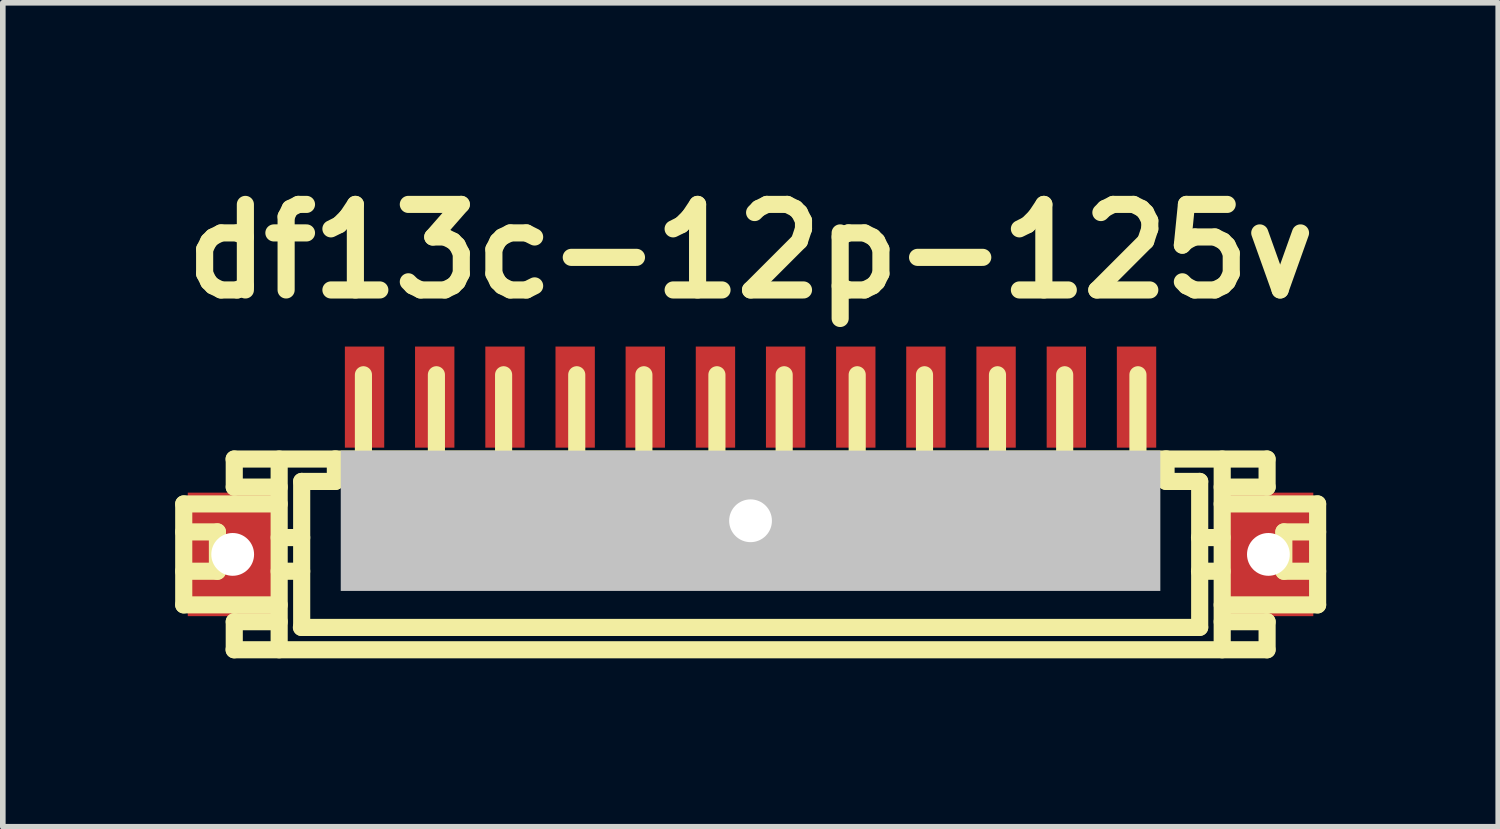
<source format=kicad_pcb>
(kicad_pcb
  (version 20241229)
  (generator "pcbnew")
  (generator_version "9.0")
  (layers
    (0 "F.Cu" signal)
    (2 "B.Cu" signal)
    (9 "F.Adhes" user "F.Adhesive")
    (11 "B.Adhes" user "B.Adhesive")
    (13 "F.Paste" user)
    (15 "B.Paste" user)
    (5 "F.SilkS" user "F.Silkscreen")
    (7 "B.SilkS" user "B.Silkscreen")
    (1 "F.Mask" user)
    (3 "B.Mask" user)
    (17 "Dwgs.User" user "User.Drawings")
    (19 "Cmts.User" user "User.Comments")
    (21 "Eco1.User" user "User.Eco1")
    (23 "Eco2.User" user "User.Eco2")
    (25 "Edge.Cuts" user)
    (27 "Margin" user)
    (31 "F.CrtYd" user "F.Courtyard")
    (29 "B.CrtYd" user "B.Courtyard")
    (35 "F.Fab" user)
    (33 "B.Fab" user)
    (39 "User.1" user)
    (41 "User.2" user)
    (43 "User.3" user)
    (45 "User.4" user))
  (footprint "df13c-12p-125v"
    (layer "F.Cu")
    (at 10.32 6.026)
    (property "Reference" "df13c-12p-125v" (at 0 -4.6 0) (layer "F.SilkS") (effects (font (size 1.524 1.524) (thickness 0.305))))
    (attr through_hole)
    (fp_line (start -10.097 -0.099) (end -8.397 -0.099) (stroke (width 0.305) (type solid)) (layer "F.SilkS"))
    (fp_line (start -10.097 0.399) (end -9.497 0.399) (stroke (width 0.305) (type solid)) (layer "F.SilkS"))
    (fp_line (start -10.097 1.699) (end -10.097 -0.099) (stroke (width 0.305) (type solid)) (layer "F.SilkS"))
    (fp_line (start -10.097 1.699) (end -8.397 1.699) (stroke (width 0.305) (type solid)) (layer "F.SilkS"))
    (fp_line (start -9.497 0.399) (end -9.497 1.1) (stroke (width 0.305) (type solid)) (layer "F.SilkS"))
    (fp_line (start -9.497 1.1) (end -10.097 1.1) (stroke (width 0.305) (type solid)) (layer "F.SilkS"))
    (fp_line (start -9.197 -0.399) (end -9.197 -0.899) (stroke (width 0.305) (type solid)) (layer "F.SilkS"))
    (fp_line (start -9.197 2.499) (end -9.197 1.999) (stroke (width 0.305) (type solid)) (layer "F.SilkS"))
    (fp_line (start -8.397 -0.899) (end -8.397 2.499) (stroke (width 0.305) (type solid)) (layer "F.SilkS"))
    (fp_line (start -8.397 -0.399) (end -9.197 -0.399) (stroke (width 0.305) (type solid)) (layer "F.SilkS"))
    (fp_line (start -8.397 0.5) (end -7.996 0.5) (stroke (width 0.305) (type solid)) (layer "F.SilkS"))
    (fp_line (start -8.397 1.1) (end -7.996 1.1) (stroke (width 0.305) (type solid)) (layer "F.SilkS"))
    (fp_line (start -8.397 1.999) (end -9.197 1.999) (stroke (width 0.305) (type solid)) (layer "F.SilkS"))
    (fp_line (start -8.001 2.101) (end 8.001 2.101) (stroke (width 0.305) (type solid)) (layer "F.SilkS"))
    (fp_line (start -7.996 -0.5) (end -7.396 -0.5) (stroke (width 0.305) (type solid)) (layer "F.SilkS"))
    (fp_line (start -7.996 2.101) (end -7.996 -0.5) (stroke (width 0.305) (type solid)) (layer "F.SilkS"))
    (fp_line (start -7.396 -0.902) (end -7.396 -0.5) (stroke (width 0.305) (type solid)) (layer "F.SilkS"))
    (fp_line (start -6.998 0.998) (end -6.998 1.199) (stroke (width 0.305) (type solid)) (layer "F.SilkS"))
    (fp_line (start -6.998 1.199) (end -6.797 1.199) (stroke (width 0.305) (type solid)) (layer "F.SilkS"))
    (fp_line (start -6.896 -0.902) (end -6.896 -2.4) (stroke (width 0.305) (type solid)) (layer "F.SilkS"))
    (fp_line (start -6.797 0.998) (end -6.998 0.998) (stroke (width 0.305) (type solid)) (layer "F.SilkS"))
    (fp_line (start -6.797 1.199) (end -6.797 0.998) (stroke (width 0.305) (type solid)) (layer "F.SilkS"))
    (fp_line (start -5.702 1.001) (end -5.504 1.001) (stroke (width 0.305) (type solid)) (layer "F.SilkS"))
    (fp_line (start -5.702 1.199) (end -5.702 1.001) (stroke (width 0.305) (type solid)) (layer "F.SilkS"))
    (fp_line (start -5.596 -0.899) (end -5.596 -2.4) (stroke (width 0.305) (type solid)) (layer "F.SilkS"))
    (fp_line (start -5.504 1.001) (end -5.504 1.199) (stroke (width 0.305) (type solid)) (layer "F.SilkS"))
    (fp_line (start -5.504 1.199) (end -5.702 1.199) (stroke (width 0.305) (type solid)) (layer "F.SilkS"))
    (fp_line (start -4.498 1.001) (end -4.3 1.001) (stroke (width 0.305) (type solid)) (layer "F.SilkS"))
    (fp_line (start -4.498 1.199) (end -4.498 1.001) (stroke (width 0.305) (type solid)) (layer "F.SilkS"))
    (fp_line (start -4.399 -2.4) (end -4.399 -0.899) (stroke (width 0.305) (type solid)) (layer "F.SilkS"))
    (fp_line (start -4.3 1.001) (end -4.3 1.199) (stroke (width 0.305) (type solid)) (layer "F.SilkS"))
    (fp_line (start -4.3 1.199) (end -4.498 1.199) (stroke (width 0.305) (type solid)) (layer "F.SilkS"))
    (fp_line (start -3.2 1.001) (end -3.002 1.001) (stroke (width 0.305) (type solid)) (layer "F.SilkS"))
    (fp_line (start -3.2 1.199) (end -3.2 1.001) (stroke (width 0.305) (type solid)) (layer "F.SilkS"))
    (fp_line (start -3.096 -0.899) (end -3.096 -2.4) (stroke (width 0.305) (type solid)) (layer "F.SilkS"))
    (fp_line (start -3.002 1.001) (end -3.002 1.199) (stroke (width 0.305) (type solid)) (layer "F.SilkS"))
    (fp_line (start -3.002 1.199) (end -3.2 1.199) (stroke (width 0.305) (type solid)) (layer "F.SilkS"))
    (fp_line (start -1.999 1.001) (end -1.801 1.001) (stroke (width 0.305) (type solid)) (layer "F.SilkS"))
    (fp_line (start -1.999 1.199) (end -1.999 1.001) (stroke (width 0.305) (type solid)) (layer "F.SilkS"))
    (fp_line (start -1.9 -0.899) (end -1.9 -2.4) (stroke (width 0.305) (type solid)) (layer "F.SilkS"))
    (fp_line (start -1.801 1.001) (end -1.801 1.199) (stroke (width 0.305) (type solid)) (layer "F.SilkS"))
    (fp_line (start -1.801 1.199) (end -1.999 1.199) (stroke (width 0.305) (type solid)) (layer "F.SilkS"))
    (fp_line (start -0.701 1.001) (end -0.503 1.001) (stroke (width 0.305) (type solid)) (layer "F.SilkS"))
    (fp_line (start -0.701 1.199) (end -0.701 1.001) (stroke (width 0.305) (type solid)) (layer "F.SilkS"))
    (fp_line (start -0.599 -2.4) (end -0.599 -0.899) (stroke (width 0.305) (type solid)) (layer "F.SilkS"))
    (fp_line (start -0.503 1.001) (end -0.503 1.199) (stroke (width 0.305) (type solid)) (layer "F.SilkS"))
    (fp_line (start -0.503 1.199) (end -0.701 1.199) (stroke (width 0.305) (type solid)) (layer "F.SilkS"))
    (fp_line (start 0.5 1.001) (end 0.701 1.001) (stroke (width 0.305) (type solid)) (layer "F.SilkS"))
    (fp_line (start 0.5 1.199) (end 0.5 1.001) (stroke (width 0.305) (type solid)) (layer "F.SilkS"))
    (fp_line (start 0.599 -0.899) (end 0.599 -2.4) (stroke (width 0.305) (type solid)) (layer "F.SilkS"))
    (fp_line (start 0.701 1.001) (end 0.701 1.199) (stroke (width 0.305) (type solid)) (layer "F.SilkS"))
    (fp_line (start 0.701 1.199) (end 0.5 1.199) (stroke (width 0.305) (type solid)) (layer "F.SilkS"))
    (fp_line (start 1.803 1.001) (end 2.002 1.001) (stroke (width 0.305) (type solid)) (layer "F.SilkS"))
    (fp_line (start 1.803 1.199) (end 1.803 1.001) (stroke (width 0.305) (type solid)) (layer "F.SilkS"))
    (fp_line (start 1.9 -2.4) (end 1.9 -0.899) (stroke (width 0.305) (type solid)) (layer "F.SilkS"))
    (fp_line (start 2.002 1.001) (end 2.002 1.199) (stroke (width 0.305) (type solid)) (layer "F.SilkS"))
    (fp_line (start 2.002 1.199) (end 1.803 1.199) (stroke (width 0.305) (type solid)) (layer "F.SilkS"))
    (fp_line (start 3 1.001) (end 3.2 1.001) (stroke (width 0.305) (type solid)) (layer "F.SilkS"))
    (fp_line (start 3 1.199) (end 3 1.001) (stroke (width 0.305) (type solid)) (layer "F.SilkS"))
    (fp_line (start 3.099 -2.4) (end 3.099 -0.899) (stroke (width 0.305) (type solid)) (layer "F.SilkS"))
    (fp_line (start 3.2 1.001) (end 3.2 1.199) (stroke (width 0.305) (type solid)) (layer "F.SilkS"))
    (fp_line (start 3.2 1.199) (end 3 1.199) (stroke (width 0.305) (type solid)) (layer "F.SilkS"))
    (fp_line (start 4.298 1.001) (end 4.496 1.001) (stroke (width 0.305) (type solid)) (layer "F.SilkS"))
    (fp_line (start 4.298 1.199) (end 4.298 1.001) (stroke (width 0.305) (type solid)) (layer "F.SilkS"))
    (fp_line (start 4.399 -0.899) (end 4.399 -2.4) (stroke (width 0.305) (type solid)) (layer "F.SilkS"))
    (fp_line (start 4.496 1.001) (end 4.496 1.199) (stroke (width 0.305) (type solid)) (layer "F.SilkS"))
    (fp_line (start 4.496 1.199) (end 4.298 1.199) (stroke (width 0.305) (type solid)) (layer "F.SilkS"))
    (fp_line (start 5.499 0.998) (end 5.7 0.998) (stroke (width 0.305) (type solid)) (layer "F.SilkS"))
    (fp_line (start 5.499 1.199) (end 5.499 0.998) (stroke (width 0.305) (type solid)) (layer "F.SilkS"))
    (fp_line (start 5.596 -0.899) (end 5.596 -2.4) (stroke (width 0.305) (type solid)) (layer "F.SilkS"))
    (fp_line (start 5.7 0.998) (end 5.7 1.199) (stroke (width 0.305) (type solid)) (layer "F.SilkS"))
    (fp_line (start 5.7 1.199) (end 5.499 1.199) (stroke (width 0.305) (type solid)) (layer "F.SilkS"))
    (fp_line (start 6.802 1.001) (end 7.003 1.001) (stroke (width 0.305) (type solid)) (layer "F.SilkS"))
    (fp_line (start 6.802 1.199) (end 6.802 1.001) (stroke (width 0.305) (type solid)) (layer "F.SilkS"))
    (fp_line (start 6.901 -0.902) (end 6.901 -2.4) (stroke (width 0.305) (type solid)) (layer "F.SilkS"))
    (fp_line (start 7.003 1.001) (end 7.003 1.199) (stroke (width 0.305) (type solid)) (layer "F.SilkS"))
    (fp_line (start 7.003 1.199) (end 6.802 1.199) (stroke (width 0.305) (type solid)) (layer "F.SilkS"))
    (fp_line (start 7.402 -0.5) (end 7.402 -0.902) (stroke (width 0.305) (type solid)) (layer "F.SilkS"))
    (fp_line (start 7.998 1.1) (end 8.4 1.1) (stroke (width 0.305) (type solid)) (layer "F.SilkS"))
    (fp_line (start 8.001 -0.5) (end 7.402 -0.5) (stroke (width 0.305) (type solid)) (layer "F.SilkS"))
    (fp_line (start 8.001 2.098) (end 8.001 -0.5) (stroke (width 0.305) (type solid)) (layer "F.SilkS"))
    (fp_line (start 8.4 0.5) (end 7.998 0.5) (stroke (width 0.305) (type solid)) (layer "F.SilkS"))
    (fp_line (start 8.402 -0.899) (end 8.402 2.499) (stroke (width 0.305) (type solid)) (layer "F.SilkS"))
    (fp_line (start 9.2 -0.899) (end -9.2 -0.899) (stroke (width 0.305) (type solid)) (layer "F.SilkS"))
    (fp_line (start 9.2 2.499) (end -9.2 2.499) (stroke (width 0.305) (type solid)) (layer "F.SilkS"))
    (fp_line (start 9.202 -0.399) (end 8.402 -0.399) (stroke (width 0.305) (type solid)) (layer "F.SilkS"))
    (fp_line (start 9.202 -0.399) (end 9.202 -0.899) (stroke (width 0.305) (type solid)) (layer "F.SilkS"))
    (fp_line (start 9.202 1.999) (end 8.402 1.999) (stroke (width 0.305) (type solid)) (layer "F.SilkS"))
    (fp_line (start 9.202 2.499) (end 9.202 1.999) (stroke (width 0.305) (type solid)) (layer "F.SilkS"))
    (fp_line (start 9.5 0.399) (end 9.5 1.1) (stroke (width 0.305) (type solid)) (layer "F.SilkS"))
    (fp_line (start 9.502 0.399) (end 10.102 0.399) (stroke (width 0.305) (type solid)) (layer "F.SilkS"))
    (fp_line (start 9.502 1.1) (end 10.102 1.1) (stroke (width 0.305) (type solid)) (layer "F.SilkS"))
    (fp_line (start 10.102 -0.099) (end 8.402 -0.099) (stroke (width 0.305) (type solid)) (layer "F.SilkS"))
    (fp_line (start 10.102 -0.099) (end 10.102 1.699) (stroke (width 0.305) (type solid)) (layer "F.SilkS"))
    (fp_line (start 10.102 1.699) (end 8.402 1.699) (stroke (width 0.305) (type solid)) (layer "F.SilkS"))
    (pad "" np_thru_hole rect (at -9.225 0.8) (size 1.6 2.2) (drill 0.762) (layers "F.Cu" "F.Mask" "F.Paste"))
    (pad "" np_thru_hole rect (at 0 0.201) (size 14.6 2.499) (drill 0.762) (layers "Dwgs.User"))
    (pad "" np_thru_hole rect (at 9.225 0.8) (size 1.6 2.2) (drill 0.762) (layers "F.Cu" "F.Mask" "F.Paste"))
    (pad "1" smd rect (at -6.876 -2.002) (size 0.701 1.801) (layers "F.Cu" "F.Mask" "F.Paste"))
    (pad "2" smd rect (at -5.626 -2.002) (size 0.701 1.801) (layers "F.Cu" "F.Mask" "F.Paste"))
    (pad "3" smd rect (at -4.374 -2.002) (size 0.701 1.801) (layers "F.Cu" "F.Mask" "F.Paste"))
    (pad "4" smd rect (at -3.124 -2.002) (size 0.701 1.801) (layers "F.Cu" "F.Mask" "F.Paste"))
    (pad "5" smd rect (at -1.875 -2.002) (size 0.701 1.801) (layers "F.Cu" "F.Mask" "F.Paste"))
    (pad "6" smd rect (at -0.625 -2.002) (size 0.701 1.801) (layers "F.Cu" "F.Mask" "F.Paste"))
    (pad "7" smd rect (at 0.625 -2.002) (size 0.701 1.801) (layers "F.Cu" "F.Mask" "F.Paste"))
    (pad "8" smd rect (at 1.875 -2.002) (size 0.701 1.801) (layers "F.Cu" "F.Mask" "F.Paste"))
    (pad "9" smd rect (at 3.124 -2.002) (size 0.701 1.801) (layers "F.Cu" "F.Mask" "F.Paste"))
    (pad "10" smd rect (at 4.374 -2.002) (size 0.701 1.801) (layers "F.Cu" "F.Mask" "F.Paste"))
    (pad "11" smd rect (at 5.626 -2.002) (size 0.701 1.801) (layers "F.Cu" "F.Mask" "F.Paste"))
    (pad "12" smd rect (at 6.876 -2.002) (size 0.701 1.801) (layers "F.Cu" "F.Mask" "F.Paste")))
  (gr_rect
    (start -3 -3)
    (end 23.639 11.678)
    (stroke (width 0.1) (type default))
    (fill no)
    (layer "Edge.Cuts")))
</source>
